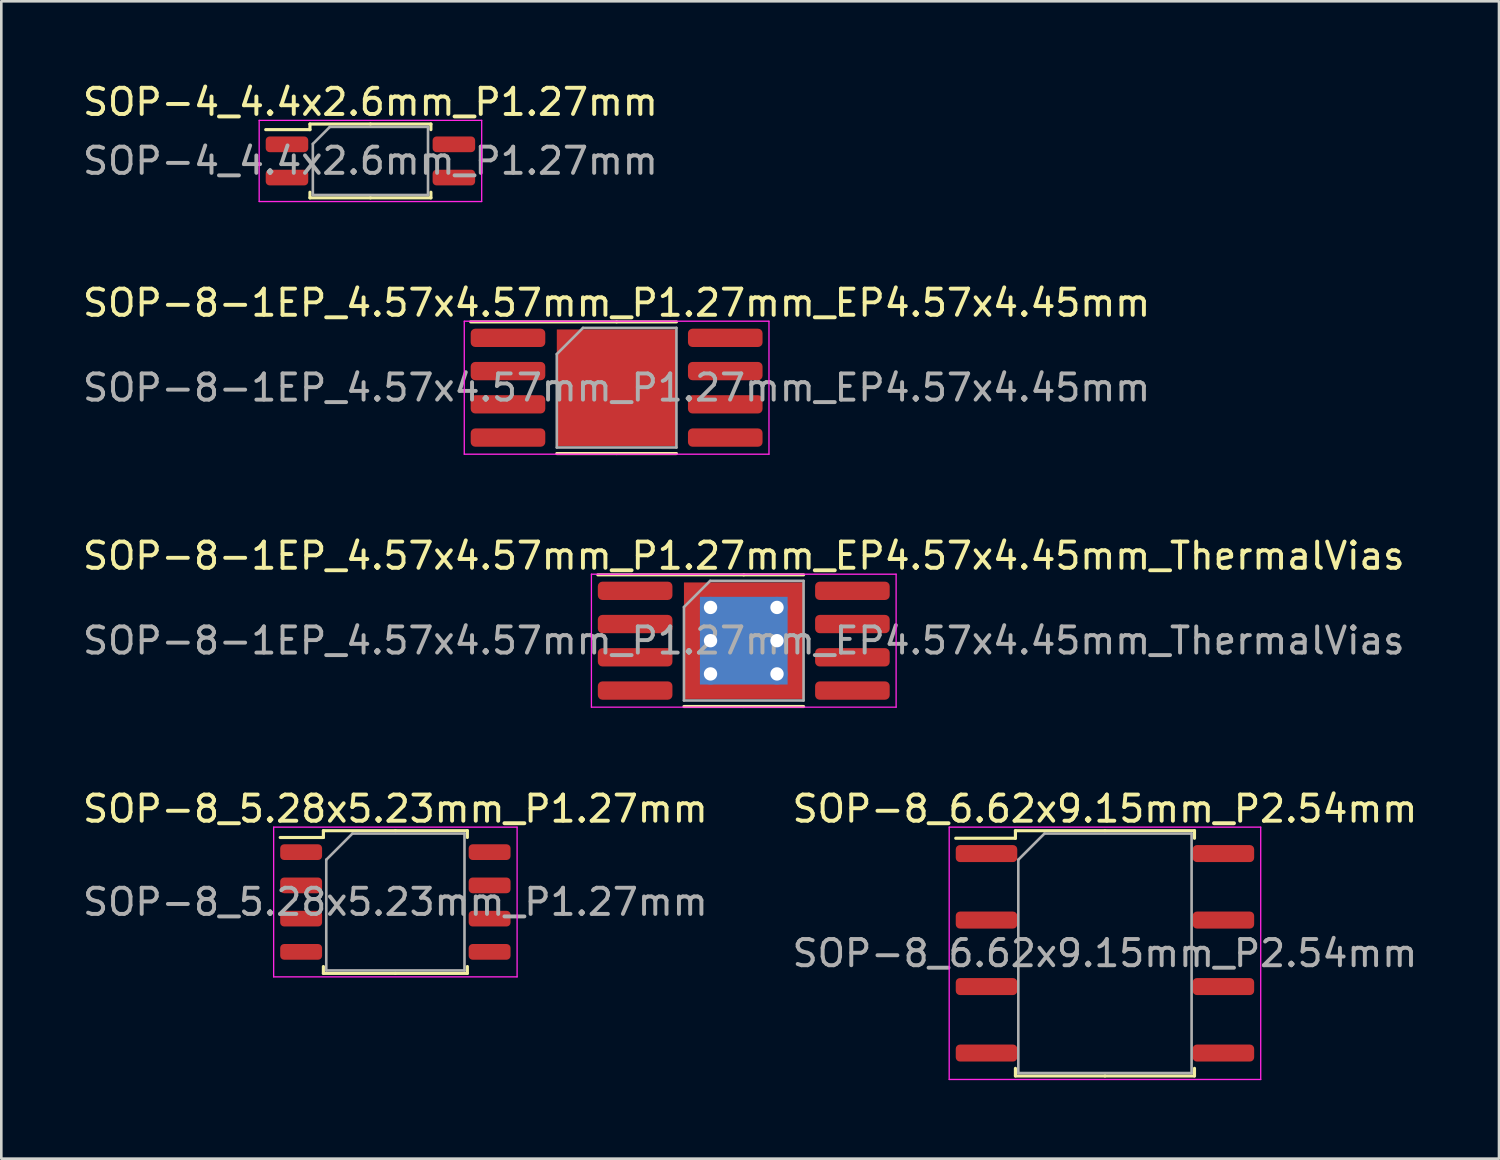
<source format=kicad_pcb>
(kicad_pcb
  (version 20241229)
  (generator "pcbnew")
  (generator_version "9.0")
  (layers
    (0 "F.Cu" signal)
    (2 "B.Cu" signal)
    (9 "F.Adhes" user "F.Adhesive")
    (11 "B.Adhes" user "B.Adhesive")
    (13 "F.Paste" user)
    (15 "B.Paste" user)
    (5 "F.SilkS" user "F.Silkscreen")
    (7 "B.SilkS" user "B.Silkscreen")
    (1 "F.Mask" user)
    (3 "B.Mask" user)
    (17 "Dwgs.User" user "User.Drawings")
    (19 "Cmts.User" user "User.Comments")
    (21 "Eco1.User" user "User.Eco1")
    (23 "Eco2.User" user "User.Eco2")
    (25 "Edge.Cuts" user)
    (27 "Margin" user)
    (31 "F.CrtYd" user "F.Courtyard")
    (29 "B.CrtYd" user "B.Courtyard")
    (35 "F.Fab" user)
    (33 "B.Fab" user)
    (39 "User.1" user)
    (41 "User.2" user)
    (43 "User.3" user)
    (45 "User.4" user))
  (footprint "SOP-8_5.28x5.23mm_P1.27mm"
    (layer "F.Cu")
    (at 12.054 31.408)
    (property "Reference" "SOP-8_5.28x5.23mm_P1.27mm" (at 0 -3.56 0) (layer "F.SilkS") (effects (font (size 1 1) (thickness 0.15))))
    (attr smd)
    (fp_line (start -2.75 -2.725) (end -2.75 -2.465) (stroke (width 0.12) (type solid)) (layer "F.SilkS"))
    (fp_line (start -2.75 -2.465) (end -4.4 -2.465) (stroke (width 0.12) (type solid)) (layer "F.SilkS"))
    (fp_line (start -2.75 2.725) (end -2.75 2.465) (stroke (width 0.12) (type solid)) (layer "F.SilkS"))
    (fp_line (start 0 -2.725) (end -2.75 -2.725) (stroke (width 0.12) (type solid)) (layer "F.SilkS"))
    (fp_line (start 0 -2.725) (end 2.75 -2.725) (stroke (width 0.12) (type solid)) (layer "F.SilkS"))
    (fp_line (start 0 2.725) (end -2.75 2.725) (stroke (width 0.12) (type solid)) (layer "F.SilkS"))
    (fp_line (start 0 2.725) (end 2.75 2.725) (stroke (width 0.12) (type solid)) (layer "F.SilkS"))
    (fp_line (start 2.75 -2.725) (end 2.75 -2.465) (stroke (width 0.12) (type solid)) (layer "F.SilkS"))
    (fp_line (start 2.75 2.725) (end 2.75 2.465) (stroke (width 0.12) (type solid)) (layer "F.SilkS"))
    (fp_line (start -4.65 -2.86) (end -4.65 2.86) (stroke (width 0.05) (type solid)) (layer "F.CrtYd"))
    (fp_line (start -4.65 2.86) (end 4.65 2.86) (stroke (width 0.05) (type solid)) (layer "F.CrtYd"))
    (fp_line (start 4.65 -2.86) (end -4.65 -2.86) (stroke (width 0.05) (type solid)) (layer "F.CrtYd"))
    (fp_line (start 4.65 2.86) (end 4.65 -2.86) (stroke (width 0.05) (type solid)) (layer "F.CrtYd"))
    (fp_line (start -2.64 -1.615) (end -1.64 -2.615) (stroke (width 0.1) (type solid)) (layer "F.Fab"))
    (fp_line (start -2.64 2.615) (end -2.64 -1.615) (stroke (width 0.1) (type solid)) (layer "F.Fab"))
    (fp_line (start -1.64 -2.615) (end 2.64 -2.615) (stroke (width 0.1) (type solid)) (layer "F.Fab"))
    (fp_line (start 2.64 -2.615) (end 2.64 2.615) (stroke (width 0.1) (type solid)) (layer "F.Fab"))
    (fp_line (start 2.64 2.615) (end -2.64 2.615) (stroke (width 0.1) (type solid)) (layer "F.Fab"))
    (fp_text user "${REFERENCE}" (at 0 0 0) (layer "F.Fab") (effects (font (size 1 1) (thickness 0.15))))
    (pad "1" smd roundrect (at -3.6 -1.905) (size 1.6 0.6) (layers "F.Cu" "F.Mask" "F.Paste") (roundrect_rratio 0.25))
    (pad "2" smd roundrect (at -3.6 -0.635) (size 1.6 0.6) (layers "F.Cu" "F.Mask" "F.Paste") (roundrect_rratio 0.25))
    (pad "3" smd roundrect (at -3.6 0.635) (size 1.6 0.6) (layers "F.Cu" "F.Mask" "F.Paste") (roundrect_rratio 0.25))
    (pad "4" smd roundrect (at -3.6 1.905) (size 1.6 0.6) (layers "F.Cu" "F.Mask" "F.Paste") (roundrect_rratio 0.25))
    (pad "5" smd roundrect (at 3.6 1.905) (size 1.6 0.6) (layers "F.Cu" "F.Mask" "F.Paste") (roundrect_rratio 0.25))
    (pad "6" smd roundrect (at 3.6 0.635) (size 1.6 0.6) (layers "F.Cu" "F.Mask" "F.Paste") (roundrect_rratio 0.25))
    (pad "7" smd roundrect (at 3.6 -0.635) (size 1.6 0.6) (layers "F.Cu" "F.Mask" "F.Paste") (roundrect_rratio 0.25))
    (pad "8" smd roundrect (at 3.6 -1.905) (size 1.6 0.6) (layers "F.Cu" "F.Mask" "F.Paste") (roundrect_rratio 0.25)))
  (footprint "SOP-8-1EP_4.57x4.57mm_P1.27mm_EP4.57x4.45mm_ThermalVias"
    (layer "F.Cu")
    (at 25.363 21.425)
    (property "Reference" "SOP-8-1EP_4.57x4.57mm_P1.27mm_EP4.57x4.45mm_ThermalVias" (at 0 -3.24 0) (layer "F.SilkS") (effects (font (size 1 1) (thickness 0.15))))
    (attr smd)
    (fp_line (start 0 -2.515) (end -5.575 -2.515) (stroke (width 0.12) (type solid)) (layer "F.SilkS"))
    (fp_line (start 0 -2.515) (end 2.285 -2.515) (stroke (width 0.12) (type solid)) (layer "F.SilkS"))
    (fp_line (start 0 2.515) (end -2.285 2.515) (stroke (width 0.12) (type solid)) (layer "F.SilkS"))
    (fp_line (start 0 2.515) (end 2.285 2.515) (stroke (width 0.12) (type solid)) (layer "F.SilkS"))
    (fp_line (start -5.82 -2.54) (end -5.82 2.54) (stroke (width 0.05) (type solid)) (layer "F.CrtYd"))
    (fp_line (start -5.82 2.54) (end 5.82 2.54) (stroke (width 0.05) (type solid)) (layer "F.CrtYd"))
    (fp_line (start 5.82 -2.54) (end -5.82 -2.54) (stroke (width 0.05) (type solid)) (layer "F.CrtYd"))
    (fp_line (start 5.82 2.54) (end 5.82 -2.54) (stroke (width 0.05) (type solid)) (layer "F.CrtYd"))
    (fp_line (start -2.285 -1.285) (end -1.285 -2.285) (stroke (width 0.1) (type solid)) (layer "F.Fab"))
    (fp_line (start -2.285 2.285) (end -2.285 -1.285) (stroke (width 0.1) (type solid)) (layer "F.Fab"))
    (fp_line (start -1.285 -2.285) (end 2.285 -2.285) (stroke (width 0.1) (type solid)) (layer "F.Fab"))
    (fp_line (start 2.285 -2.285) (end 2.285 2.285) (stroke (width 0.1) (type solid)) (layer "F.Fab"))
    (fp_line (start 2.285 2.285) (end -2.285 2.285) (stroke (width 0.1) (type solid)) (layer "F.Fab"))
    (fp_text user "${REFERENCE}" (at 0 0 0) (layer "F.Fab") (effects (font (size 1 1) (thickness 0.15))))
    (pad "" smd roundrect (at -1.14 -1.11) (size 1.91 1.86) (layers "F.Paste") (roundrect_rratio 0.134))
    (pad "" smd roundrect (at -1.14 1.11) (size 1.91 1.86) (layers "F.Paste") (roundrect_rratio 0.134))
    (pad "" smd roundrect (at 1.14 -1.11) (size 1.91 1.86) (layers "F.Paste") (roundrect_rratio 0.134))
    (pad "" smd roundrect (at 1.14 1.11) (size 1.91 1.86) (layers "F.Paste") (roundrect_rratio 0.134))
    (pad "1" smd roundrect (at -4.15 -1.905) (size 2.85 0.7) (layers "F.Cu" "F.Mask" "F.Paste") (roundrect_rratio 0.25))
    (pad "2" smd roundrect (at -4.15 -0.635) (size 2.85 0.7) (layers "F.Cu" "F.Mask" "F.Paste") (roundrect_rratio 0.25))
    (pad "3" smd roundrect (at -4.15 0.635) (size 2.85 0.7) (layers "F.Cu" "F.Mask" "F.Paste") (roundrect_rratio 0.25))
    (pad "4" smd roundrect (at -4.15 1.905) (size 2.85 0.7) (layers "F.Cu" "F.Mask" "F.Paste") (roundrect_rratio 0.25))
    (pad "5" smd roundrect (at 4.15 1.905) (size 2.85 0.7) (layers "F.Cu" "F.Mask" "F.Paste") (roundrect_rratio 0.25))
    (pad "6" smd roundrect (at 4.15 0.635) (size 2.85 0.7) (layers "F.Cu" "F.Mask" "F.Paste") (roundrect_rratio 0.25))
    (pad "7" smd roundrect (at 4.15 -0.635) (size 2.85 0.7) (layers "F.Cu" "F.Mask" "F.Paste") (roundrect_rratio 0.25))
    (pad "8" smd roundrect (at 4.15 -1.905) (size 2.85 0.7) (layers "F.Cu" "F.Mask" "F.Paste") (roundrect_rratio 0.25))
    (pad "9" thru_hole circle (at -1.27 -1.27) (size 0.81 0.81) (drill 0.51) (layers "*.Cu"))
    (pad "9" thru_hole circle (at -1.27 0) (size 0.81 0.81) (drill 0.51) (layers "*.Cu"))
    (pad "9" thru_hole circle (at -1.27 1.27) (size 0.81 0.81) (drill 0.51) (layers "*.Cu"))
    (pad "9" smd rect (at 0 0) (size 3.35 3.35) (layers "B.Cu"))
    (pad "9" smd rect (at 0 0) (size 4.57 4.45) (layers "F.Cu" "F.Mask"))
    (pad "9" thru_hole circle (at 1.27 -1.27) (size 0.81 0.81) (drill 0.51) (layers "*.Cu"))
    (pad "9" thru_hole circle (at 1.27 0) (size 0.81 0.81) (drill 0.51) (layers "*.Cu"))
    (pad "9" thru_hole circle (at 1.27 1.27) (size 0.81 0.81) (drill 0.51) (layers "*.Cu")))
  (footprint "SOP-4_4.4x2.6mm_P1.27mm"
    (layer "F.Cu")
    (at 11.101 3.098)
    (property "Reference" "SOP-4_4.4x2.6mm_P1.27mm" (at 0 -2.25 0) (layer "F.SilkS") (effects (font (size 1 1) (thickness 0.15))))
    (attr smd)
    (fp_line (start -2.31 -1.41) (end -2.31 -1.195) (stroke (width 0.12) (type solid)) (layer "F.SilkS"))
    (fp_line (start -2.31 -1.195) (end -4 -1.195) (stroke (width 0.12) (type solid)) (layer "F.SilkS"))
    (fp_line (start -2.31 1.41) (end -2.31 1.195) (stroke (width 0.12) (type solid)) (layer "F.SilkS"))
    (fp_line (start 0 -1.41) (end -2.31 -1.41) (stroke (width 0.12) (type solid)) (layer "F.SilkS"))
    (fp_line (start 0 -1.41) (end 2.31 -1.41) (stroke (width 0.12) (type solid)) (layer "F.SilkS"))
    (fp_line (start 0 1.41) (end -2.31 1.41) (stroke (width 0.12) (type solid)) (layer "F.SilkS"))
    (fp_line (start 0 1.41) (end 2.31 1.41) (stroke (width 0.12) (type solid)) (layer "F.SilkS"))
    (fp_line (start 2.31 -1.41) (end 2.31 -1.195) (stroke (width 0.12) (type solid)) (layer "F.SilkS"))
    (fp_line (start 2.31 1.41) (end 2.31 1.195) (stroke (width 0.12) (type solid)) (layer "F.SilkS"))
    (fp_line (start -4.25 -1.55) (end -4.25 1.55) (stroke (width 0.05) (type solid)) (layer "F.CrtYd"))
    (fp_line (start -4.25 1.55) (end 4.25 1.55) (stroke (width 0.05) (type solid)) (layer "F.CrtYd"))
    (fp_line (start 4.25 -1.55) (end -4.25 -1.55) (stroke (width 0.05) (type solid)) (layer "F.CrtYd"))
    (fp_line (start 4.25 1.55) (end 4.25 -1.55) (stroke (width 0.05) (type solid)) (layer "F.CrtYd"))
    (fp_line (start -2.2 -0.65) (end -1.55 -1.3) (stroke (width 0.1) (type solid)) (layer "F.Fab"))
    (fp_line (start -2.2 1.3) (end -2.2 -0.65) (stroke (width 0.1) (type solid)) (layer "F.Fab"))
    (fp_line (start -1.55 -1.3) (end 2.2 -1.3) (stroke (width 0.1) (type solid)) (layer "F.Fab"))
    (fp_line (start 2.2 -1.3) (end 2.2 1.3) (stroke (width 0.1) (type solid)) (layer "F.Fab"))
    (fp_line (start 2.2 1.3) (end -2.2 1.3) (stroke (width 0.1) (type solid)) (layer "F.Fab"))
    (fp_text user "${REFERENCE}" (at 0 0 0) (layer "F.Fab") (effects (font (size 1 1) (thickness 0.15))))
    (pad "1" smd roundrect (at -3.188 -0.635) (size 1.625 0.6) (layers "F.Cu" "F.Mask" "F.Paste") (roundrect_rratio 0.25))
    (pad "2" smd roundrect (at -3.188 0.635) (size 1.625 0.6) (layers "F.Cu" "F.Mask" "F.Paste") (roundrect_rratio 0.25))
    (pad "3" smd roundrect (at 3.188 0.635) (size 1.625 0.6) (layers "F.Cu" "F.Mask" "F.Paste") (roundrect_rratio 0.25))
    (pad "4" smd roundrect (at 3.188 -0.635) (size 1.625 0.6) (layers "F.Cu" "F.Mask" "F.Paste") (roundrect_rratio 0.25)))
  (footprint "SOP-8-1EP_4.57x4.57mm_P1.27mm_EP4.57x4.45mm"
    (layer "F.Cu")
    (at 20.506 11.761)
    (property "Reference" "SOP-8-1EP_4.57x4.57mm_P1.27mm_EP4.57x4.45mm" (at 0 -3.24 0) (layer "F.SilkS") (effects (font (size 1 1) (thickness 0.15))))
    (attr smd)
    (fp_line (start 0 -2.515) (end -5.575 -2.515) (stroke (width 0.12) (type solid)) (layer "F.SilkS"))
    (fp_line (start 0 -2.515) (end 2.285 -2.515) (stroke (width 0.12) (type solid)) (layer "F.SilkS"))
    (fp_line (start 0 2.515) (end -2.285 2.515) (stroke (width 0.12) (type solid)) (layer "F.SilkS"))
    (fp_line (start 0 2.515) (end 2.285 2.515) (stroke (width 0.12) (type solid)) (layer "F.SilkS"))
    (fp_line (start -5.82 -2.54) (end -5.82 2.54) (stroke (width 0.05) (type solid)) (layer "F.CrtYd"))
    (fp_line (start -5.82 2.54) (end 5.82 2.54) (stroke (width 0.05) (type solid)) (layer "F.CrtYd"))
    (fp_line (start 5.82 -2.54) (end -5.82 -2.54) (stroke (width 0.05) (type solid)) (layer "F.CrtYd"))
    (fp_line (start 5.82 2.54) (end 5.82 -2.54) (stroke (width 0.05) (type solid)) (layer "F.CrtYd"))
    (fp_line (start -2.285 -1.285) (end -1.285 -2.285) (stroke (width 0.1) (type solid)) (layer "F.Fab"))
    (fp_line (start -2.285 2.285) (end -2.285 -1.285) (stroke (width 0.1) (type solid)) (layer "F.Fab"))
    (fp_line (start -1.285 -2.285) (end 2.285 -2.285) (stroke (width 0.1) (type solid)) (layer "F.Fab"))
    (fp_line (start 2.285 -2.285) (end 2.285 2.285) (stroke (width 0.1) (type solid)) (layer "F.Fab"))
    (fp_line (start 2.285 2.285) (end -2.285 2.285) (stroke (width 0.1) (type solid)) (layer "F.Fab"))
    (fp_text user "${REFERENCE}" (at 0 0 0) (layer "F.Fab") (effects (font (size 1 1) (thickness 0.15))))
    (pad "" smd roundrect (at -1.14 -1.11) (size 1.84 1.79) (layers "F.Paste") (roundrect_rratio 0.14))
    (pad "" smd roundrect (at -1.14 1.11) (size 1.84 1.79) (layers "F.Paste") (roundrect_rratio 0.14))
    (pad "" smd roundrect (at 1.14 -1.11) (size 1.84 1.79) (layers "F.Paste") (roundrect_rratio 0.14))
    (pad "" smd roundrect (at 1.14 1.11) (size 1.84 1.79) (layers "F.Paste") (roundrect_rratio 0.14))
    (pad "1" smd roundrect (at -4.15 -1.905) (size 2.85 0.7) (layers "F.Cu" "F.Mask" "F.Paste") (roundrect_rratio 0.25))
    (pad "2" smd roundrect (at -4.15 -0.635) (size 2.85 0.7) (layers "F.Cu" "F.Mask" "F.Paste") (roundrect_rratio 0.25))
    (pad "3" smd roundrect (at -4.15 0.635) (size 2.85 0.7) (layers "F.Cu" "F.Mask" "F.Paste") (roundrect_rratio 0.25))
    (pad "4" smd roundrect (at -4.15 1.905) (size 2.85 0.7) (layers "F.Cu" "F.Mask" "F.Paste") (roundrect_rratio 0.25))
    (pad "5" smd roundrect (at 4.15 1.905) (size 2.85 0.7) (layers "F.Cu" "F.Mask" "F.Paste") (roundrect_rratio 0.25))
    (pad "6" smd roundrect (at 4.15 0.635) (size 2.85 0.7) (layers "F.Cu" "F.Mask" "F.Paste") (roundrect_rratio 0.25))
    (pad "7" smd roundrect (at 4.15 -0.635) (size 2.85 0.7) (layers "F.Cu" "F.Mask" "F.Paste") (roundrect_rratio 0.25))
    (pad "8" smd roundrect (at 4.15 -1.905) (size 2.85 0.7) (layers "F.Cu" "F.Mask" "F.Paste") (roundrect_rratio 0.25))
    (pad "9" smd rect (at 0 0) (size 4.57 4.45) (layers "F.Cu" "F.Mask")))
  (footprint "SOP-8_6.62x9.15mm_P2.54mm"
    (layer "F.Cu")
    (at 39.161 33.368)
    (property "Reference" "SOP-8_6.62x9.15mm_P2.54mm" (at 0 -5.52 0) (layer "F.SilkS") (effects (font (size 1 1) (thickness 0.15))))
    (attr smd)
    (fp_line (start -3.42 -4.685) (end -3.42 -4.395) (stroke (width 0.12) (type solid)) (layer "F.SilkS"))
    (fp_line (start -3.42 -4.395) (end -5.7 -4.395) (stroke (width 0.12) (type solid)) (layer "F.SilkS"))
    (fp_line (start -3.42 4.685) (end -3.42 4.395) (stroke (width 0.12) (type solid)) (layer "F.SilkS"))
    (fp_line (start 0 -4.685) (end -3.42 -4.685) (stroke (width 0.12) (type solid)) (layer "F.SilkS"))
    (fp_line (start 0 -4.685) (end 3.42 -4.685) (stroke (width 0.12) (type solid)) (layer "F.SilkS"))
    (fp_line (start 0 4.685) (end -3.42 4.685) (stroke (width 0.12) (type solid)) (layer "F.SilkS"))
    (fp_line (start 0 4.685) (end 3.42 4.685) (stroke (width 0.12) (type solid)) (layer "F.SilkS"))
    (fp_line (start 3.42 -4.685) (end 3.42 -4.395) (stroke (width 0.12) (type solid)) (layer "F.SilkS"))
    (fp_line (start 3.42 4.685) (end 3.42 4.395) (stroke (width 0.12) (type solid)) (layer "F.SilkS"))
    (fp_line (start -5.95 -4.82) (end -5.95 4.82) (stroke (width 0.05) (type solid)) (layer "F.CrtYd"))
    (fp_line (start -5.95 4.82) (end 5.95 4.82) (stroke (width 0.05) (type solid)) (layer "F.CrtYd"))
    (fp_line (start 5.95 -4.82) (end -5.95 -4.82) (stroke (width 0.05) (type solid)) (layer "F.CrtYd"))
    (fp_line (start 5.95 4.82) (end 5.95 -4.82) (stroke (width 0.05) (type solid)) (layer "F.CrtYd"))
    (fp_line (start -3.31 -3.575) (end -2.31 -4.575) (stroke (width 0.1) (type solid)) (layer "F.Fab"))
    (fp_line (start -3.31 4.575) (end -3.31 -3.575) (stroke (width 0.1) (type solid)) (layer "F.Fab"))
    (fp_line (start -2.31 -4.575) (end 3.31 -4.575) (stroke (width 0.1) (type solid)) (layer "F.Fab"))
    (fp_line (start 3.31 -4.575) (end 3.31 4.575) (stroke (width 0.1) (type solid)) (layer "F.Fab"))
    (fp_line (start 3.31 4.575) (end -3.31 4.575) (stroke (width 0.1) (type solid)) (layer "F.Fab"))
    (fp_text user "${REFERENCE}" (at 0 0 0) (layer "F.Fab") (effects (font (size 1 1) (thickness 0.15))))
    (pad "1" smd roundrect (at -4.525 -3.81) (size 2.35 0.65) (layers "F.Cu" "F.Mask" "F.Paste") (roundrect_rratio 0.25))
    (pad "2" smd roundrect (at -4.525 -1.27) (size 2.35 0.65) (layers "F.Cu" "F.Mask" "F.Paste") (roundrect_rratio 0.25))
    (pad "3" smd roundrect (at -4.525 1.27) (size 2.35 0.65) (layers "F.Cu" "F.Mask" "F.Paste") (roundrect_rratio 0.25))
    (pad "4" smd roundrect (at -4.525 3.81) (size 2.35 0.65) (layers "F.Cu" "F.Mask" "F.Paste") (roundrect_rratio 0.25))
    (pad "5" smd roundrect (at 4.525 3.81) (size 2.35 0.65) (layers "F.Cu" "F.Mask" "F.Paste") (roundrect_rratio 0.25))
    (pad "6" smd roundrect (at 4.525 1.27) (size 2.35 0.65) (layers "F.Cu" "F.Mask" "F.Paste") (roundrect_rratio 0.25))
    (pad "7" smd roundrect (at 4.525 -1.27) (size 2.35 0.65) (layers "F.Cu" "F.Mask" "F.Paste") (roundrect_rratio 0.25))
    (pad "8" smd roundrect (at 4.525 -3.81) (size 2.35 0.65) (layers "F.Cu" "F.Mask" "F.Paste") (roundrect_rratio 0.25)))
  (gr_rect
    (start -3 -3)
    (end 54.214 41.213)
    (stroke (width 0.1) (type default))
    (fill no)
    (layer "Edge.Cuts")))
</source>
